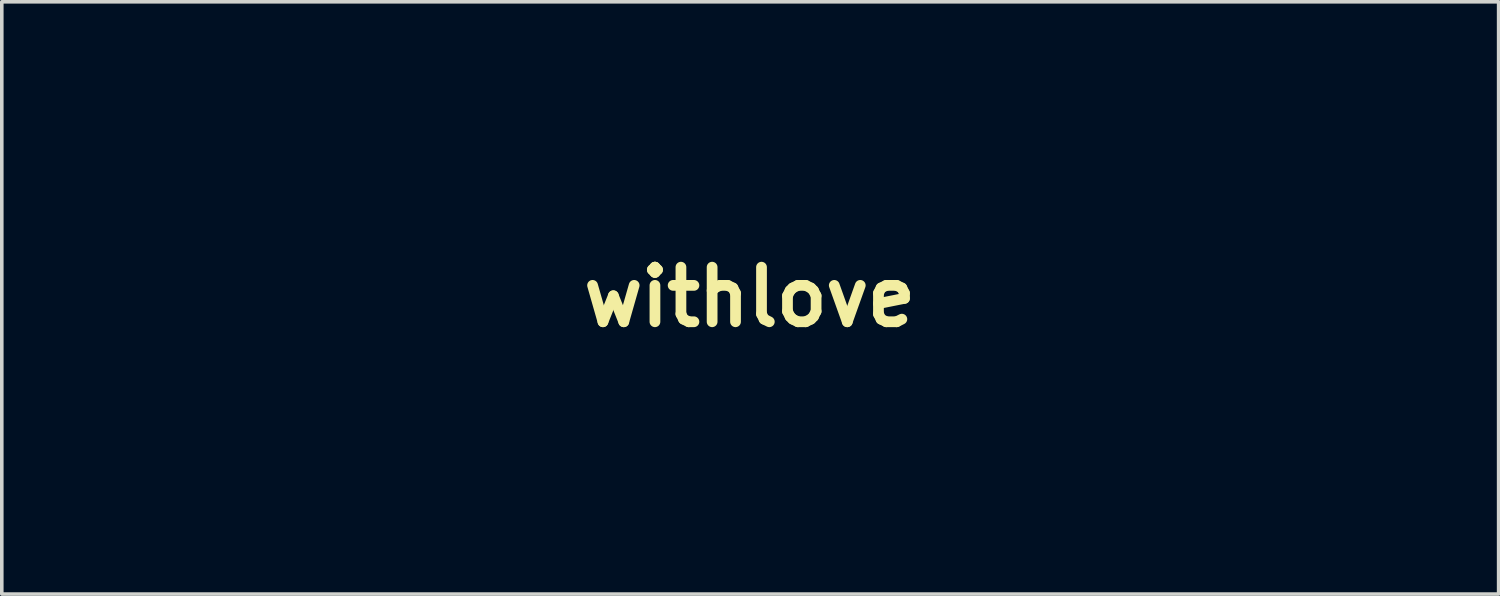
<source format=kicad_pcb>
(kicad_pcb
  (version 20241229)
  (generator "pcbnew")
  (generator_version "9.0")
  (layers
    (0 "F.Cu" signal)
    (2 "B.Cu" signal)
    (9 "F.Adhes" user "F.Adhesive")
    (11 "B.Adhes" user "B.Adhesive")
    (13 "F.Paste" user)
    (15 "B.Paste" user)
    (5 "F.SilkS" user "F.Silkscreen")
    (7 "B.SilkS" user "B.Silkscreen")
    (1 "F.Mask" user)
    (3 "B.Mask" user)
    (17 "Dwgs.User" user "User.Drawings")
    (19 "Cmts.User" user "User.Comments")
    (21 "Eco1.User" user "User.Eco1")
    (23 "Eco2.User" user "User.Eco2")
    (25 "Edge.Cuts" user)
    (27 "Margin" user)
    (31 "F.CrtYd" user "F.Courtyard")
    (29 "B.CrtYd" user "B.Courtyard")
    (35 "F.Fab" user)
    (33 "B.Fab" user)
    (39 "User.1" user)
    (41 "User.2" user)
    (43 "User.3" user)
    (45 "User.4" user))
  (footprint "withlove"
    (layer "F.Cu")
    (at 17.887 5.245)
    (property "Reference" "withlove" (at 0 0 0) (layer "F.SilkS") (effects (font (size 1.524 1.524) (thickness 0.3))))
    (attr through_hole)
    (fp_poly (pts (xy 11.962 -0.789) (xy 11.936 -0.764) (xy 11.911 -0.789) (xy 11.936 -0.814) (xy 11.962 -0.789)) (stroke (width 0.01) (type solid)) (fill yes) (layer "F.Mask"))
    (fp_poly (pts (xy 12.064 -0.84) (xy 12.038 -0.814) (xy 12.013 -0.84) (xy 12.038 -0.865) (xy 12.064 -0.84)) (stroke (width 0.01) (type solid)) (fill yes) (layer "F.Mask"))
    (fp_poly (pts (xy 15.271 -0.229) (xy 15.245 -0.204) (xy 15.22 -0.229) (xy 15.245 -0.255) (xy 15.271 -0.229)) (stroke (width 0.01) (type solid)) (fill yes) (layer "F.Mask"))
    (fp_poly (pts (xy 15.372 -0.331) (xy 15.347 -0.305) (xy 15.321 -0.331) (xy 15.347 -0.356) (xy 15.372 -0.331)) (stroke (width 0.01) (type solid)) (fill yes) (layer "F.Mask"))
    (fp_poly (pts (xy 15.83 0.229) (xy 15.805 0.255) (xy 15.78 0.229) (xy 15.805 0.204) (xy 15.83 0.229)) (stroke (width 0.01) (type solid)) (fill yes) (layer "F.Mask"))
    (fp_poly (pts (xy 17.51 0.891) (xy 17.485 0.916) (xy 17.459 0.891) (xy 17.485 0.865) (xy 17.51 0.891)) (stroke (width 0.01) (type solid)) (fill yes) (layer "F.Mask"))
    (fp_poly (pts (xy 13.421 0.119) (xy 13.414 0.149) (xy 13.387 0.153) (xy 13.345 0.134) (xy 13.353 0.119) (xy 13.414 0.113) (xy 13.421 0.119)) (stroke (width 0.01) (type solid)) (fill yes) (layer "F.Mask"))
    (fp_poly (pts (xy 16.832 1.34) (xy 16.825 1.371) (xy 16.798 1.374) (xy 16.756 1.356) (xy 16.764 1.34) (xy 16.824 1.334) (xy 16.832 1.34)) (stroke (width 0.01) (type solid)) (fill yes) (layer "F.Mask"))
    (fp_poly (pts (xy 16.984 1.29) (xy 16.977 1.32) (xy 16.95 1.323) (xy 16.908 1.305) (xy 16.916 1.29) (xy 16.977 1.283) (xy 16.984 1.29)) (stroke (width 0.01) (type solid)) (fill yes) (layer "F.Mask"))
    (fp_poly (pts (xy 13.176 0.071) (xy 13.23 0.123) (xy 13.219 0.152) (xy 13.212 0.153) (xy 13.169 0.117) (xy 13.153 0.094) (xy 13.147 0.059) (xy 13.176 0.071)) (stroke (width 0.01) (type solid)) (fill yes) (layer "F.Mask"))
    (fp_poly (pts (xy 12.661 0.184) (xy 12.624 0.255) (xy 12.584 0.302) (xy 12.574 0.256) (xy 12.574 0.245) (xy 12.599 0.153) (xy 12.624 0.127) (xy 12.669 0.123) (xy 12.661 0.184)) (stroke (width 0.01) (type solid)) (fill yes) (layer "F.Mask"))
    (fp_poly (pts (xy 16.311 3.619) (xy 16.255 3.654) (xy 16.179 3.666) (xy 16.136 3.648) (xy 16.136 3.645) (xy 16.178 3.619) (xy 16.238 3.599) (xy 16.307 3.596) (xy 16.311 3.619)) (stroke (width 0.01) (type solid)) (fill yes) (layer "F.Mask"))
    (fp_poly (pts (xy 14.45 -1.392) (xy 14.453 -1.339) (xy 14.435 -1.237) (xy 14.405 -1.196) (xy 14.36 -1.193) (xy 14.358 -1.206) (xy 14.379 -1.282) (xy 14.405 -1.349) (xy 14.439 -1.419) (xy 14.45 -1.392)) (stroke (width 0.01) (type solid)) (fill yes) (layer "F.Mask"))
    (fp_poly (pts (xy 16.696 3.276) (xy 16.659 3.319) (xy 16.567 3.393) (xy 16.543 3.41) (xy 16.445 3.474) (xy 16.393 3.497) (xy 16.39 3.494) (xy 16.428 3.451) (xy 16.52 3.377) (xy 16.543 3.36) (xy 16.641 3.296) (xy 16.693 3.273) (xy 16.696 3.276)) (stroke (width 0.01) (type solid)) (fill yes) (layer "F.Mask"))
    (fp_poly (pts (xy -13.553 -4.847) (xy -13.5 -4.756) (xy -13.456 -4.653) (xy -13.439 -4.579) (xy -13.444 -4.567) (xy -13.492 -4.529) (xy -13.583 -4.451) (xy -13.6 -4.436) (xy -13.736 -4.316) (xy -13.822 -4.484) (xy -13.875 -4.598) (xy -13.872 -4.668) (xy -13.806 -4.74) (xy -13.772 -4.769) (xy -13.67 -4.848) (xy -13.599 -4.886) (xy -13.594 -4.887) (xy -13.553 -4.847)) (stroke (width 0.01) (type solid)) (fill yes) (layer "F.Mask"))
    (fp_poly (pts (xy 15.867 -3.433) (xy 15.867 -3.367) (xy 15.827 -3.332) (xy 15.753 -3.235) (xy 15.687 -3.047) (xy 15.632 -2.775) (xy 15.625 -2.73) (xy 15.557 -2.464) (xy 15.445 -2.286) (xy 15.288 -2.198) (xy 15.204 -2.189) (xy 15.111 -2.194) (xy 15.072 -2.229) (xy 15.072 -2.322) (xy 15.083 -2.408) (xy 15.131 -2.611) (xy 15.216 -2.845) (xy 15.324 -3.078) (xy 15.438 -3.276) (xy 15.54 -3.402) (xy 15.672 -3.488) (xy 15.775 -3.488) (xy 15.867 -3.433)) (stroke (width 0.01) (type solid)) (fill yes) (layer "F.Mask"))
    (fp_poly (pts (xy 12.656 -2.581) (xy 12.689 -2.486) (xy 12.688 -2.317) (xy 12.657 -2.095) (xy 12.601 -1.841) (xy 12.524 -1.575) (xy 12.429 -1.318) (xy 12.382 -1.21) (xy 12.305 -1.08) (xy 12.22 -1.026) (xy 12.156 -1.019) (xy 12.044 -1.034) (xy 11.989 -1.066) (xy 11.982 -1.151) (xy 12.007 -1.315) (xy 12.061 -1.538) (xy 12.141 -1.803) (xy 12.192 -1.957) (xy 12.273 -2.149) (xy 12.372 -2.326) (xy 12.475 -2.471) (xy 12.569 -2.565) (xy 12.641 -2.59) (xy 12.656 -2.581)) (stroke (width 0.01) (type solid)) (fill yes) (layer "F.Mask"))
    (fp_poly (pts (xy 17.008 -3.132) (xy 17.028 -3.118) (xy 17.137 -2.978) (xy 17.186 -2.773) (xy 17.177 -2.517) (xy 17.109 -2.226) (xy 16.984 -1.917) (xy 16.942 -1.835) (xy 16.858 -1.676) (xy 16.806 -1.588) (xy 16.771 -1.552) (xy 16.737 -1.552) (xy 16.696 -1.565) (xy 16.578 -1.63) (xy 16.515 -1.738) (xy 16.506 -1.901) (xy 16.55 -2.13) (xy 16.647 -2.435) (xy 16.65 -2.443) (xy 16.726 -2.66) (xy 16.795 -2.859) (xy 16.844 -3.009) (xy 16.855 -3.042) (xy 16.892 -3.151) (xy 16.933 -3.176) (xy 17.008 -3.132)) (stroke (width 0.01) (type solid)) (fill yes) (layer "F.Mask"))
    (fp_poly (pts (xy 17.722 -2.34) (xy 17.834 -2.165) (xy 17.893 -1.958) (xy 17.903 -1.696) (xy 17.89 -1.514) (xy 17.862 -1.329) (xy 17.816 -1.123) (xy 17.76 -0.92) (xy 17.7 -0.742) (xy 17.645 -0.614) (xy 17.601 -0.56) (xy 17.597 -0.56) (xy 17.537 -0.593) (xy 17.444 -0.673) (xy 17.432 -0.685) (xy 17.344 -0.806) (xy 17.309 -0.96) (xy 17.307 -1.039) (xy 17.317 -1.208) (xy 17.342 -1.353) (xy 17.352 -1.385) (xy 17.42 -1.582) (xy 17.486 -1.814) (xy 17.54 -2.044) (xy 17.575 -2.237) (xy 17.583 -2.323) (xy 17.587 -2.502) (xy 17.722 -2.34)) (stroke (width 0.01) (type solid)) (fill yes) (layer "F.Mask"))
    (fp_poly (pts (xy -13.703 -3.896) (xy -13.703 -3.838) (xy -13.724 -3.7) (xy -13.762 -3.5) (xy -13.815 -3.258) (xy -13.835 -3.167) (xy -13.915 -2.812) (xy -13.967 -2.546) (xy -13.992 -2.36) (xy -13.991 -2.245) (xy -13.965 -2.194) (xy -13.945 -2.189) (xy -13.874 -2.21) (xy -13.745 -2.266) (xy -13.64 -2.317) (xy -13.503 -2.378) (xy -13.412 -2.402) (xy -13.387 -2.392) (xy -13.429 -2.336) (xy -13.537 -2.248) (xy -13.69 -2.142) (xy -13.864 -2.033) (xy -14.035 -1.936) (xy -14.181 -1.864) (xy -14.278 -1.833) (xy -14.284 -1.832) (xy -14.365 -1.846) (xy -14.399 -1.907) (xy -14.405 -2.02) (xy -14.392 -2.142) (xy -14.357 -2.336) (xy -14.305 -2.573) (xy -14.245 -2.811) (xy -14.173 -3.101) (xy -14.134 -3.303) (xy -14.13 -3.429) (xy -14.163 -3.487) (xy -14.235 -3.487) (xy -14.346 -3.44) (xy -14.348 -3.439) (xy -14.458 -3.391) (xy -14.503 -3.401) (xy -14.507 -3.422) (xy -14.466 -3.483) (xy -14.36 -3.57) (xy -14.213 -3.669) (xy -14.05 -3.766) (xy -13.895 -3.845) (xy -13.771 -3.894) (xy -13.705 -3.897) (xy -13.703 -3.896)) (stroke (width 0.01) (type solid)) (fill yes) (layer "F.Mask"))
    (fp_poly (pts (xy 4.268 -3.835) (xy 4.372 -3.716) (xy 4.419 -3.529) (xy 4.416 -3.29) (xy 4.349 -2.915) (xy 4.214 -2.58) (xy 4.023 -2.304) (xy 3.867 -2.162) (xy 3.571 -1.976) (xy 3.297 -1.864) (xy 3.056 -1.83) (xy 2.859 -1.876) (xy 2.842 -1.885) (xy 2.736 -2.002) (xy 2.681 -2.185) (xy 2.673 -2.415) (xy 2.687 -2.509) (xy 3.054 -2.509) (xy 3.096 -2.292) (xy 3.179 -2.161) (xy 3.293 -2.066) (xy 3.396 -2.044) (xy 3.525 -2.093) (xy 3.596 -2.134) (xy 3.739 -2.269) (xy 3.869 -2.476) (xy 3.975 -2.725) (xy 4.045 -2.986) (xy 4.07 -3.23) (xy 4.053 -3.378) (xy 3.975 -3.549) (xy 3.856 -3.639) (xy 3.711 -3.652) (xy 3.553 -3.593) (xy 3.396 -3.467) (xy 3.255 -3.279) (xy 3.158 -3.075) (xy 3.074 -2.776) (xy 3.054 -2.509) (xy 2.687 -2.509) (xy 2.71 -2.671) (xy 2.787 -2.933) (xy 2.902 -3.181) (xy 3.052 -3.395) (xy 3.09 -3.436) (xy 3.279 -3.596) (xy 3.505 -3.734) (xy 3.74 -3.839) (xy 3.954 -3.895) (xy 4.099 -3.897) (xy 4.268 -3.835)) (stroke (width 0.01) (type solid)) (fill yes) (layer "F.Mask"))
    (fp_poly (pts (xy -5.706 -3.862) (xy -5.615 -3.796) (xy -5.533 -3.714) (xy -5.491 -3.627) (xy -5.478 -3.497) (xy -5.479 -3.376) (xy -5.518 -3.07) (xy -5.612 -2.757) (xy -5.746 -2.476) (xy -5.862 -2.314) (xy -6.025 -2.17) (xy -6.241 -2.033) (xy -6.477 -1.92) (xy -6.698 -1.849) (xy -6.825 -1.832) (xy -6.984 -1.855) (xy -7.1 -1.939) (xy -7.128 -1.972) (xy -7.187 -2.062) (xy -7.217 -2.161) (xy -7.224 -2.301) (xy -7.216 -2.469) (xy -7.201 -2.554) (xy -6.846 -2.554) (xy -6.841 -2.369) (xy -6.819 -2.253) (xy -6.772 -2.176) (xy -6.722 -2.13) (xy -6.563 -2.06) (xy -6.39 -2.085) (xy -6.243 -2.18) (xy -6.107 -2.348) (xy -5.995 -2.573) (xy -5.913 -2.828) (xy -5.866 -3.086) (xy -5.861 -3.319) (xy -5.905 -3.502) (xy -5.924 -3.536) (xy -6.042 -3.648) (xy -6.179 -3.674) (xy -6.326 -3.624) (xy -6.472 -3.51) (xy -6.607 -3.343) (xy -6.721 -3.133) (xy -6.803 -2.892) (xy -6.843 -2.631) (xy -6.846 -2.554) (xy -7.201 -2.554) (xy -7.146 -2.867) (xy -6.99 -3.211) (xy -6.748 -3.499) (xy -6.421 -3.732) (xy -6.29 -3.798) (xy -6.051 -3.89) (xy -5.863 -3.911) (xy -5.706 -3.862)) (stroke (width 0.01) (type solid)) (fill yes) (layer "F.Mask"))
    (fp_poly (pts (xy -11.801 0.572) (xy -11.518 0.643) (xy -11.294 0.794) (xy -11.133 1.02) (xy -11.036 1.317) (xy -11.005 1.68) (xy -11.035 2.048) (xy -11.149 2.525) (xy -11.345 2.942) (xy -11.623 3.298) (xy -11.984 3.597) (xy -12.115 3.679) (xy -12.44 3.829) (xy -12.793 3.924) (xy -13.144 3.96) (xy -13.46 3.93) (xy -13.522 3.915) (xy -13.694 3.822) (xy -13.859 3.661) (xy -13.99 3.463) (xy -14.046 3.323) (xy -14.092 3.023) (xy -14.086 2.672) (xy -14.074 2.588) (xy -13.635 2.588) (xy -13.611 2.942) (xy -13.526 3.239) (xy -13.386 3.474) (xy -13.197 3.64) (xy -12.965 3.728) (xy -12.696 3.734) (xy -12.398 3.649) (xy -12.313 3.61) (xy -12.047 3.421) (xy -11.824 3.151) (xy -11.652 2.812) (xy -11.536 2.417) (xy -11.483 1.979) (xy -11.48 1.858) (xy -11.505 1.497) (xy -11.585 1.217) (xy -11.723 1.009) (xy -11.924 0.866) (xy -11.951 0.854) (xy -12.226 0.783) (xy -12.503 0.805) (xy -12.771 0.912) (xy -13.02 1.094) (xy -13.24 1.345) (xy -13.421 1.656) (xy -13.552 2.018) (xy -13.59 2.187) (xy -13.635 2.588) (xy -14.074 2.588) (xy -14.034 2.304) (xy -13.938 1.954) (xy -13.84 1.72) (xy -13.624 1.398) (xy -13.334 1.112) (xy -12.99 0.874) (xy -12.614 0.697) (xy -12.226 0.591) (xy -11.846 0.569) (xy -11.801 0.572)) (stroke (width 0.01) (type solid)) (fill yes) (layer "F.Mask"))
    (fp_poly (pts (xy -6.791 -5.215) (xy -6.77 -5.174) (xy -6.81 -5.077) (xy -6.904 -4.995) (xy -7.009 -4.961) (xy -7.043 -4.967) (xy -7.157 -4.981) (xy -7.248 -4.969) (xy -7.31 -4.941) (xy -7.366 -4.885) (xy -7.422 -4.787) (xy -7.482 -4.639) (xy -7.548 -4.428) (xy -7.627 -4.143) (xy -7.721 -3.775) (xy -7.76 -3.619) (xy -7.861 -3.205) (xy -7.936 -2.879) (xy -7.989 -2.631) (xy -8.019 -2.451) (xy -8.029 -2.329) (xy -8.021 -2.254) (xy -7.996 -2.217) (xy -7.995 -2.216) (xy -7.924 -2.221) (xy -7.796 -2.269) (xy -7.654 -2.341) (xy -7.504 -2.419) (xy -7.391 -2.466) (xy -7.342 -2.472) (xy -7.327 -2.458) (xy -7.326 -2.442) (xy -7.353 -2.413) (xy -7.421 -2.36) (xy -7.544 -2.271) (xy -7.734 -2.136) (xy -7.757 -2.119) (xy -7.986 -1.964) (xy -8.152 -1.872) (xy -8.267 -1.842) (xy -8.344 -1.871) (xy -8.397 -1.954) (xy -8.4 -1.963) (xy -8.413 -2.034) (xy -8.409 -2.147) (xy -8.385 -2.314) (xy -8.341 -2.547) (xy -8.274 -2.859) (xy -8.226 -3.07) (xy -8.126 -3.503) (xy -8.044 -3.848) (xy -7.976 -4.119) (xy -7.917 -4.327) (xy -7.863 -4.485) (xy -7.809 -4.605) (xy -7.752 -4.7) (xy -7.688 -4.782) (xy -7.611 -4.863) (xy -7.602 -4.872) (xy -7.45 -5.007) (xy -7.294 -5.12) (xy -7.202 -5.17) (xy -7.029 -5.225) (xy -6.883 -5.24) (xy -6.791 -5.215)) (stroke (width 0.01) (type solid)) (fill yes) (layer "F.Mask"))
    (fp_poly (pts (xy -1.869 -3.892) (xy -1.743 -3.804) (xy -1.682 -3.657) (xy -1.68 -3.619) (xy -1.714 -3.452) (xy -1.821 -3.279) (xy -2.009 -3.092) (xy -2.286 -2.88) (xy -2.479 -2.74) (xy -2.601 -2.638) (xy -2.668 -2.559) (xy -2.695 -2.486) (xy -2.698 -2.44) (xy -2.662 -2.295) (xy -2.573 -2.168) (xy -2.46 -2.094) (xy -2.415 -2.087) (xy -2.288 -2.119) (xy -2.111 -2.206) (xy -1.912 -2.334) (xy -1.82 -2.404) (xy -1.697 -2.486) (xy -1.634 -2.501) (xy -1.631 -2.46) (xy -1.685 -2.375) (xy -1.797 -2.258) (xy -1.841 -2.218) (xy -2.108 -2.023) (xy -2.366 -1.894) (xy -2.602 -1.836) (xy -2.802 -1.853) (xy -2.95 -1.944) (xy -3.021 -2.085) (xy -3.05 -2.294) (xy -3.04 -2.545) (xy -2.994 -2.815) (xy -2.977 -2.874) (xy -2.671 -2.874) (xy -2.671 -2.805) (xy -2.663 -2.8) (xy -2.611 -2.827) (xy -2.504 -2.897) (xy -2.408 -2.965) (xy -2.219 -3.13) (xy -2.093 -3.302) (xy -2.037 -3.464) (xy -2.057 -3.6) (xy -2.106 -3.66) (xy -2.213 -3.695) (xy -2.329 -3.63) (xy -2.455 -3.464) (xy -2.467 -3.443) (xy -2.532 -3.311) (xy -2.593 -3.154) (xy -2.642 -2.999) (xy -2.671 -2.874) (xy -2.977 -2.874) (xy -2.917 -3.079) (xy -2.81 -3.314) (xy -2.752 -3.406) (xy -2.609 -3.561) (xy -2.418 -3.713) (xy -2.215 -3.835) (xy -2.037 -3.901) (xy -1.869 -3.892)) (stroke (width 0.01) (type solid)) (fill yes) (layer "F.Mask"))
    (fp_poly (pts (xy 7.688 1.638) (xy 7.696 1.759) (xy 7.694 1.775) (xy 7.689 1.87) (xy 7.707 1.91) (xy 7.764 1.893) (xy 7.877 1.817) (xy 7.98 1.74) (xy 8.176 1.639) (xy 8.336 1.609) (xy 8.46 1.612) (xy 8.51 1.644) (xy 8.513 1.727) (xy 8.511 1.746) (xy 8.48 1.908) (xy 8.446 2.02) (xy 8.404 2.109) (xy 8.358 2.112) (xy 8.304 2.068) (xy 8.154 1.994) (xy 7.961 2.009) (xy 7.811 2.066) (xy 7.748 2.098) (xy 7.698 2.135) (xy 7.654 2.19) (xy 7.612 2.278) (xy 7.566 2.411) (xy 7.51 2.602) (xy 7.44 2.865) (xy 7.351 3.213) (xy 7.347 3.227) (xy 7.283 3.469) (xy 7.234 3.632) (xy 7.189 3.734) (xy 7.14 3.795) (xy 7.076 3.835) (xy 7.04 3.851) (xy 6.878 3.908) (xy 6.795 3.91) (xy 6.784 3.856) (xy 6.79 3.838) (xy 6.822 3.739) (xy 6.87 3.568) (xy 6.93 3.347) (xy 6.995 3.096) (xy 7.062 2.836) (xy 7.123 2.588) (xy 7.175 2.372) (xy 7.212 2.21) (xy 7.228 2.121) (xy 7.228 2.116) (xy 7.21 2.054) (xy 7.139 2.041) (xy 7.063 2.051) (xy 6.915 2.082) (xy 6.801 2.116) (xy 6.73 2.128) (xy 6.728 2.082) (xy 6.782 2.026) (xy 6.904 1.942) (xy 7.068 1.844) (xy 7.249 1.747) (xy 7.421 1.663) (xy 7.559 1.608) (xy 7.635 1.593) (xy 7.688 1.638)) (stroke (width 0.01) (type solid)) (fill yes) (layer "F.Mask"))
    (fp_poly (pts (xy -8.984 0.072) (xy -8.852 0.105) (xy -8.96 0.243) (xy -9.051 0.333) (xy -9.163 0.373) (xy -9.303 0.381) (xy -9.455 0.39) (xy -9.546 0.429) (xy -9.616 0.517) (xy -9.631 0.542) (xy -9.674 0.643) (xy -9.734 0.827) (xy -9.807 1.074) (xy -9.888 1.368) (xy -9.974 1.691) (xy -10.059 2.026) (xy -10.139 2.354) (xy -10.21 2.658) (xy -10.266 2.921) (xy -10.304 3.125) (xy -10.316 3.213) (xy -10.331 3.38) (xy -10.326 3.469) (xy -10.297 3.506) (xy -10.241 3.512) (xy -10.14 3.487) (xy -9.991 3.422) (xy -9.875 3.36) (xy -9.715 3.267) (xy -9.624 3.221) (xy -9.581 3.215) (xy -9.57 3.243) (xy -9.57 3.255) (xy -9.609 3.305) (xy -9.716 3.394) (xy -9.868 3.508) (xy -10.045 3.634) (xy -10.228 3.757) (xy -10.395 3.864) (xy -10.527 3.939) (xy -10.603 3.97) (xy -10.606 3.97) (xy -10.692 3.93) (xy -10.738 3.872) (xy -10.767 3.805) (xy -10.782 3.725) (xy -10.782 3.619) (xy -10.765 3.472) (xy -10.728 3.272) (xy -10.671 3.005) (xy -10.591 2.656) (xy -10.564 2.541) (xy -10.454 2.076) (xy -10.364 1.699) (xy -10.29 1.399) (xy -10.227 1.164) (xy -10.171 0.983) (xy -10.119 0.845) (xy -10.066 0.739) (xy -10.01 0.654) (xy -9.945 0.578) (xy -9.869 0.5) (xy -9.844 0.476) (xy -9.612 0.282) (xy -9.377 0.144) (xy -9.158 0.071) (xy -8.984 0.072)) (stroke (width 0.01) (type solid)) (fill yes) (layer "F.Mask"))
    (fp_poly (pts (xy -3.224 -3.995) (xy -3.187 -3.941) (xy -3.158 -3.741) (xy -3.195 -3.49) (xy -3.289 -3.206) (xy -3.433 -2.907) (xy -3.618 -2.612) (xy -3.836 -2.34) (xy -3.925 -2.248) (xy -4.167 -2.042) (xy -4.4 -1.904) (xy -4.611 -1.839) (xy -4.788 -1.85) (xy -4.904 -1.926) (xy -4.974 -2.073) (xy -4.981 -2.278) (xy -4.932 -2.52) (xy -4.832 -2.779) (xy -4.685 -3.036) (xy -4.576 -3.181) (xy -4.365 -3.436) (xy -4.506 -3.453) (xy -4.662 -3.455) (xy -4.815 -3.438) (xy -4.927 -3.402) (xy -5.001 -3.325) (xy -5.068 -3.181) (xy -5.126 -3.055) (xy -5.179 -2.986) (xy -5.199 -2.982) (xy -5.222 -3.054) (xy -5.195 -3.203) (xy -5.121 -3.417) (xy -5.087 -3.499) (xy -4.994 -3.716) (xy -4.569 -3.716) (xy -4.361 -3.722) (xy -4.196 -3.739) (xy -4.099 -3.764) (xy -4.088 -3.771) (xy -4.026 -3.797) (xy -4.006 -3.784) (xy -4.022 -3.725) (xy -4.087 -3.611) (xy -4.189 -3.464) (xy -4.2 -3.449) (xy -4.377 -3.181) (xy -4.51 -2.91) (xy -4.595 -2.652) (xy -4.628 -2.426) (xy -4.602 -2.248) (xy -4.55 -2.165) (xy -4.443 -2.11) (xy -4.308 -2.141) (xy -4.139 -2.259) (xy -4.065 -2.327) (xy -3.864 -2.565) (xy -3.703 -2.848) (xy -3.59 -3.148) (xy -3.534 -3.441) (xy -3.546 -3.699) (xy -3.555 -3.735) (xy -3.579 -3.856) (xy -3.555 -3.92) (xy -3.479 -3.965) (xy -3.321 -4.016) (xy -3.224 -3.995)) (stroke (width 0.01) (type solid)) (fill yes) (layer "F.Mask"))
    (fp_poly (pts (xy -12.281 -4.307) (xy -12.279 -4.247) (xy -12.299 -4.118) (xy -12.337 -3.949) (xy -12.379 -3.778) (xy -12.409 -3.649) (xy -12.42 -3.591) (xy -12.374 -3.576) (xy -12.255 -3.566) (xy -12.134 -3.563) (xy -11.974 -3.56) (xy -11.899 -3.546) (xy -11.891 -3.515) (xy -11.911 -3.487) (xy -12.014 -3.432) (xy -12.197 -3.411) (xy -12.22 -3.41) (xy -12.369 -3.406) (xy -12.449 -3.379) (xy -12.493 -3.308) (xy -12.52 -3.22) (xy -12.558 -3.067) (xy -12.602 -2.862) (xy -12.635 -2.685) (xy -12.665 -2.496) (xy -12.671 -2.38) (xy -12.652 -2.307) (xy -12.613 -2.258) (xy -12.561 -2.218) (xy -12.499 -2.213) (xy -12.402 -2.249) (xy -12.246 -2.33) (xy -12.095 -2.404) (xy -11.994 -2.436) (xy -11.962 -2.425) (xy -12.002 -2.37) (xy -12.108 -2.28) (xy -12.257 -2.169) (xy -12.426 -2.054) (xy -12.592 -1.949) (xy -12.733 -1.871) (xy -12.826 -1.834) (xy -12.837 -1.832) (xy -12.929 -1.871) (xy -13.003 -1.946) (xy -13.046 -2.014) (xy -13.07 -2.085) (xy -13.074 -2.176) (xy -13.056 -2.309) (xy -13.017 -2.501) (xy -12.955 -2.769) (xy -12.903 -2.993) (xy -12.861 -3.182) (xy -12.834 -3.312) (xy -12.827 -3.359) (xy -12.873 -3.391) (xy -12.986 -3.409) (xy -13.042 -3.41) (xy -13.172 -3.413) (xy -13.214 -3.428) (xy -13.182 -3.463) (xy -13.154 -3.482) (xy -13.025 -3.542) (xy -12.902 -3.571) (xy -12.776 -3.615) (xy -12.735 -3.69) (xy -12.683 -3.936) (xy -12.62 -4.101) (xy -12.535 -4.207) (xy -12.464 -4.254) (xy -12.353 -4.301) (xy -12.285 -4.309) (xy -12.281 -4.307)) (stroke (width 0.01) (type solid)) (fill yes) (layer "F.Mask"))
    (fp_poly (pts (xy 6.267 1.612) (xy 6.372 1.713) (xy 6.413 1.883) (xy 6.414 1.903) (xy 6.39 2.067) (xy 6.313 2.228) (xy 6.173 2.396) (xy 5.961 2.582) (xy 5.668 2.795) (xy 5.587 2.851) (xy 5.415 2.97) (xy 5.312 3.058) (xy 5.262 3.134) (xy 5.245 3.219) (xy 5.244 3.247) (xy 5.275 3.386) (xy 5.354 3.525) (xy 5.456 3.629) (xy 5.548 3.665) (xy 5.67 3.636) (xy 5.844 3.559) (xy 6.042 3.447) (xy 6.216 3.33) (xy 6.363 3.23) (xy 6.444 3.199) (xy 6.465 3.224) (xy 6.424 3.307) (xy 6.317 3.425) (xy 6.163 3.559) (xy 5.984 3.693) (xy 5.8 3.808) (xy 5.737 3.841) (xy 5.478 3.944) (xy 5.267 3.966) (xy 5.09 3.906) (xy 4.984 3.822) (xy 4.894 3.715) (xy 4.849 3.603) (xy 4.836 3.444) (xy 4.836 3.4) (xy 4.868 3.03) (xy 4.936 2.752) (xy 5.294 2.752) (xy 5.307 2.822) (xy 5.364 2.815) (xy 5.4 2.797) (xy 5.491 2.733) (xy 5.623 2.622) (xy 5.76 2.496) (xy 5.895 2.359) (xy 5.97 2.26) (xy 5.998 2.169) (xy 5.997 2.058) (xy 5.997 2.055) (xy 5.976 1.924) (xy 5.929 1.863) (xy 5.847 1.842) (xy 5.714 1.864) (xy 5.607 1.961) (xy 5.524 2.095) (xy 5.437 2.28) (xy 5.36 2.479) (xy 5.308 2.655) (xy 5.294 2.752) (xy 4.936 2.752) (xy 4.957 2.667) (xy 5.094 2.336) (xy 5.27 2.062) (xy 5.421 1.908) (xy 5.676 1.73) (xy 5.909 1.621) (xy 6.11 1.582) (xy 6.267 1.612)) (stroke (width 0.01) (type solid)) (fill yes) (layer "F.Mask"))
    (fp_poly (pts (xy -0.688 1.59) (xy -0.5 1.602) (xy -0.341 1.617) (xy -0.241 1.635) (xy -0.224 1.643) (xy -0.23 1.697) (xy -0.269 1.813) (xy -0.3 1.888) (xy -0.357 2.042) (xy -0.417 2.249) (xy -0.478 2.489) (xy -0.536 2.741) (xy -0.584 2.984) (xy -0.62 3.198) (xy -0.639 3.361) (xy -0.636 3.452) (xy -0.631 3.462) (xy -0.553 3.468) (xy -0.407 3.401) (xy -0.339 3.36) (xy -0.163 3.255) (xy -0.06 3.213) (xy -0.022 3.231) (xy -0.033 3.284) (xy -0.087 3.344) (xy -0.207 3.442) (xy -0.369 3.561) (xy -0.553 3.688) (xy -0.736 3.807) (xy -0.896 3.902) (xy -1.01 3.96) (xy -1.047 3.97) (xy -1.109 3.943) (xy -1.131 3.846) (xy -1.132 3.818) (xy -1.126 3.756) (xy -1.108 3.631) (xy -1.099 3.57) (xy -1.066 3.348) (xy -1.386 3.576) (xy -1.661 3.764) (xy -1.871 3.889) (xy -2.026 3.952) (xy -2.136 3.958) (xy -2.212 3.911) (xy -2.238 3.872) (xy -2.275 3.735) (xy -2.289 3.53) (xy -2.279 3.287) (xy -2.26 3.142) (xy -1.873 3.142) (xy -1.872 3.335) (xy -1.864 3.379) (xy -1.806 3.481) (xy -1.7 3.508) (xy -1.539 3.458) (xy -1.318 3.332) (xy -1.309 3.326) (xy -1.027 3.14) (xy -0.893 2.601) (xy -0.836 2.372) (xy -0.786 2.174) (xy -0.749 2.032) (xy -0.734 1.976) (xy -0.737 1.924) (xy -0.797 1.89) (xy -0.934 1.863) (xy -0.984 1.857) (xy -1.213 1.846) (xy -1.366 1.879) (xy -1.372 1.882) (xy -1.475 1.982) (xy -1.581 2.158) (xy -1.682 2.387) (xy -1.77 2.643) (xy -1.836 2.903) (xy -1.873 3.142) (xy -2.26 3.142) (xy -2.247 3.035) (xy -2.213 2.874) (xy -2.106 2.525) (xy -1.98 2.255) (xy -1.821 2.044) (xy -1.616 1.867) (xy -1.568 1.834) (xy -1.397 1.727) (xy -1.241 1.641) (xy -1.135 1.596) (xy -1.133 1.596) (xy -1.034 1.586) (xy -0.876 1.585) (xy -0.688 1.59)) (stroke (width 0.01) (type solid)) (fill yes) (layer "F.Mask"))
    (fp_poly (pts (xy -9.95 -5.224) (xy -9.901 -5.192) (xy -9.912 -5.136) (xy -9.955 -5.066) (xy -10.027 -4.984) (xy -10.125 -4.946) (xy -10.28 -4.937) (xy -10.465 -4.921) (xy -10.584 -4.864) (xy -10.613 -4.836) (xy -10.654 -4.757) (xy -10.713 -4.604) (xy -10.783 -4.399) (xy -10.856 -4.165) (xy -10.926 -3.927) (xy -10.985 -3.708) (xy -11.027 -3.53) (xy -11.043 -3.42) (xy -11.008 -3.4) (xy -10.898 -3.446) (xy -10.829 -3.486) (xy -10.644 -3.595) (xy -10.445 -3.704) (xy -10.255 -3.802) (xy -10.098 -3.877) (xy -9.997 -3.916) (xy -9.978 -3.919) (xy -9.942 -3.899) (xy -9.93 -3.829) (xy -9.945 -3.698) (xy -9.989 -3.496) (xy -10.062 -3.209) (xy -10.072 -3.169) (xy -10.162 -2.828) (xy -10.221 -2.575) (xy -10.248 -2.401) (xy -10.24 -2.297) (xy -10.197 -2.253) (xy -10.117 -2.262) (xy -9.997 -2.313) (xy -9.918 -2.354) (xy -9.773 -2.425) (xy -9.668 -2.466) (xy -9.631 -2.471) (xy -9.647 -2.423) (xy -9.731 -2.34) (xy -9.864 -2.235) (xy -10.026 -2.122) (xy -10.195 -2.015) (xy -10.353 -1.929) (xy -10.477 -1.875) (xy -10.523 -1.865) (xy -10.585 -1.882) (xy -10.618 -1.95) (xy -10.621 -2.079) (xy -10.594 -2.281) (xy -10.537 -2.563) (xy -10.488 -2.772) (xy -10.43 -3.017) (xy -10.382 -3.227) (xy -10.349 -3.382) (xy -10.333 -3.462) (xy -10.333 -3.467) (xy -10.371 -3.509) (xy -10.48 -3.49) (xy -10.649 -3.413) (xy -10.812 -3.318) (xy -11.112 -3.13) (xy -11.27 -2.553) (xy -11.339 -2.305) (xy -11.392 -2.137) (xy -11.438 -2.03) (xy -11.488 -1.966) (xy -11.549 -1.926) (xy -11.593 -1.906) (xy -11.702 -1.865) (xy -11.757 -1.852) (xy -11.758 -1.854) (xy -11.746 -1.936) (xy -11.711 -2.1) (xy -11.658 -2.329) (xy -11.591 -2.605) (xy -11.515 -2.914) (xy -11.433 -3.238) (xy -11.349 -3.561) (xy -11.269 -3.867) (xy -11.196 -4.139) (xy -11.134 -4.361) (xy -11.087 -4.516) (xy -11.061 -4.587) (xy -10.93 -4.755) (xy -10.748 -4.916) (xy -10.537 -5.058) (xy -10.322 -5.166) (xy -10.125 -5.228) (xy -9.97 -5.23) (xy -9.95 -5.224)) (stroke (width 0.01) (type solid)) (fill yes) (layer "F.Mask"))
    (fp_poly (pts (xy -14.648 -3.978) (xy -14.61 -3.829) (xy -14.609 -3.795) (xy -14.646 -3.515) (xy -14.748 -3.215) (xy -14.904 -2.909) (xy -15.101 -2.614) (xy -15.326 -2.345) (xy -15.566 -2.118) (xy -15.811 -1.947) (xy -16.046 -1.85) (xy -16.179 -1.832) (xy -16.328 -1.863) (xy -16.412 -1.961) (xy -16.437 -2.135) (xy -16.434 -2.208) (xy -16.416 -2.433) (xy -16.65 -2.215) (xy -16.891 -2.017) (xy -17.113 -1.887) (xy -17.307 -1.829) (xy -17.46 -1.845) (xy -17.563 -1.939) (xy -17.565 -1.942) (xy -17.607 -2.119) (xy -17.581 -2.346) (xy -17.495 -2.605) (xy -17.355 -2.878) (xy -17.167 -3.144) (xy -17.104 -3.22) (xy -16.891 -3.461) (xy -17.178 -3.461) (xy -17.401 -3.45) (xy -17.55 -3.407) (xy -17.651 -3.316) (xy -17.73 -3.165) (xy -17.736 -3.15) (xy -17.803 -3.015) (xy -17.858 -2.979) (xy -17.871 -2.988) (xy -17.882 -3.06) (xy -17.857 -3.192) (xy -17.806 -3.351) (xy -17.74 -3.506) (xy -17.671 -3.627) (xy -17.635 -3.667) (xy -17.543 -3.699) (xy -17.361 -3.722) (xy -17.102 -3.734) (xy -17.03 -3.735) (xy -16.794 -3.736) (xy -16.644 -3.732) (xy -16.566 -3.719) (xy -16.545 -3.696) (xy -16.562 -3.665) (xy -16.631 -3.582) (xy -16.735 -3.458) (xy -16.795 -3.388) (xy -17.004 -3.08) (xy -17.147 -2.743) (xy -17.213 -2.404) (xy -17.212 -2.227) (xy -17.167 -2.154) (xy -17.062 -2.143) (xy -16.919 -2.19) (xy -16.795 -2.266) (xy -16.578 -2.463) (xy -16.403 -2.712) (xy -16.257 -3.034) (xy -16.208 -3.175) (xy -16.129 -3.406) (xy -16.063 -3.559) (xy -15.998 -3.652) (xy -15.921 -3.704) (xy -15.824 -3.734) (xy -15.69 -3.766) (xy -15.865 -3.219) (xy -15.974 -2.859) (xy -16.043 -2.582) (xy -16.073 -2.378) (xy -16.066 -2.238) (xy -16.023 -2.151) (xy -16.01 -2.139) (xy -15.94 -2.099) (xy -15.86 -2.109) (xy -15.75 -2.162) (xy -15.551 -2.312) (xy -15.366 -2.545) (xy -15.189 -2.868) (xy -15.179 -2.889) (xy -15.101 -3.081) (xy -15.059 -3.262) (xy -15.043 -3.481) (xy -15.042 -3.575) (xy -15.04 -3.774) (xy -15.03 -3.895) (xy -15.003 -3.961) (xy -14.953 -3.998) (xy -14.894 -4.021) (xy -14.742 -4.041) (xy -14.648 -3.978)) (stroke (width 0.01) (type solid)) (fill yes) (layer "F.Mask"))
    (fp_poly (pts (xy 14.452 -3.642) (xy 14.5 -3.578) (xy 14.492 -3.47) (xy 14.426 -3.3) (xy 14.386 -3.218) (xy 14.307 -3.04) (xy 14.245 -2.864) (xy 14.229 -2.8) (xy 14.164 -2.523) (xy 14.086 -2.261) (xy 14.004 -2.032) (xy 13.924 -1.856) (xy 13.854 -1.752) (xy 13.829 -1.735) (xy 13.756 -1.703) (xy 13.779 -1.683) (xy 13.834 -1.668) (xy 13.919 -1.61) (xy 13.982 -1.477) (xy 14.002 -1.405) (xy 14.045 -1.268) (xy 14.088 -1.183) (xy 14.106 -1.171) (xy 14.141 -1.126) (xy 14.15 -1.012) (xy 14.138 -0.856) (xy 14.105 -0.686) (xy 14.054 -0.531) (xy 14.046 -0.512) (xy 13.991 -0.364) (xy 13.969 -0.244) (xy 13.973 -0.208) (xy 13.983 -0.159) (xy 13.968 -0.166) (xy 13.911 -0.159) (xy 13.813 -0.099) (xy 13.783 -0.075) (xy 13.678 0.006) (xy 13.591 0.038) (xy 13.478 0.03) (xy 13.358 0.003) (xy 13.22 -0.02) (xy 13.119 -0.022) (xy 13.017 -0.047) (xy 12.976 -0.081) (xy 12.943 -0.14) (xy 12.976 -0.153) (xy 13.009 -0.176) (xy 12.978 -0.258) (xy 12.943 -0.367) (xy 12.946 -0.429) (xy 12.943 -0.525) (xy 12.925 -0.565) (xy 12.891 -0.594) (xy 12.878 -0.532) (xy 12.877 -0.509) (xy 12.87 -0.427) (xy 12.845 -0.436) (xy 12.826 -0.466) (xy 12.803 -0.569) (xy 12.81 -0.707) (xy 12.841 -0.832) (xy 12.883 -0.893) (xy 12.903 -0.956) (xy 12.893 -1.003) (xy 12.887 -1.059) (xy 12.913 -1.053) (xy 12.969 -1.07) (xy 13.023 -1.149) (xy 13.07 -1.267) (xy 13.075 -1.314) (xy 13.041 -1.279) (xy 13.005 -1.222) (xy 12.954 -1.148) (xy 12.931 -1.147) (xy 12.931 -1.148) (xy 12.958 -1.228) (xy 13.004 -1.301) (xy 13.06 -1.36) (xy 13.08 -1.356) (xy 13.115 -1.361) (xy 13.201 -1.42) (xy 13.262 -1.471) (xy 13.385 -1.566) (xy 13.489 -1.622) (xy 13.519 -1.629) (xy 13.571 -1.654) (xy 13.565 -1.68) (xy 13.57 -1.727) (xy 13.59 -1.731) (xy 13.62 -1.759) (xy 13.592 -1.83) (xy 13.569 -1.953) (xy 13.59 -2.131) (xy 13.647 -2.35) (xy 13.732 -2.593) (xy 13.838 -2.844) (xy 13.957 -3.086) (xy 14.082 -3.304) (xy 14.204 -3.482) (xy 14.317 -3.603) (xy 14.412 -3.651) (xy 14.452 -3.642)) (stroke (width 0.01) (type solid)) (fill yes) (layer "F.Mask"))
    (fp_poly (pts (xy -6.471 0.098) (xy -6.433 0.144) (xy -6.457 0.219) (xy -6.492 0.276) (xy -6.574 0.37) (xy -6.67 0.39) (xy -6.729 0.38) (xy -6.911 0.388) (xy -7.075 0.493) (xy -7.215 0.689) (xy -7.221 0.701) (xy -7.266 0.817) (xy -7.328 1.02) (xy -7.404 1.295) (xy -7.49 1.628) (xy -7.584 2.007) (xy -7.68 2.416) (xy -7.777 2.844) (xy -7.815 3.016) (xy -7.862 3.279) (xy -7.871 3.454) (xy -7.841 3.545) (xy -7.797 3.563) (xy -7.736 3.537) (xy -7.614 3.469) (xy -7.458 3.372) (xy -7.44 3.361) (xy -7.264 3.255) (xy -7.162 3.212) (xy -7.126 3.23) (xy -7.126 3.233) (xy -7.169 3.308) (xy -7.286 3.418) (xy -7.461 3.549) (xy -7.679 3.691) (xy -7.907 3.821) (xy -8.097 3.912) (xy -8.219 3.936) (xy -8.284 3.886) (xy -8.306 3.757) (xy -8.304 3.638) (xy -8.292 3.405) (xy -8.714 3.688) (xy -8.898 3.808) (xy -9.054 3.902) (xy -9.16 3.959) (xy -9.192 3.97) (xy -9.266 3.936) (xy -9.338 3.872) (xy -9.399 3.738) (xy -9.42 3.533) (xy -9.405 3.3) (xy -9.018 3.3) (xy -9.013 3.469) (xy -8.989 3.555) (xy -8.944 3.586) (xy -8.863 3.571) (xy -8.732 3.505) (xy -8.536 3.383) (xy -8.513 3.369) (xy -8.407 3.298) (xy -8.329 3.236) (xy -8.271 3.165) (xy -8.224 3.067) (xy -8.18 2.923) (xy -8.129 2.716) (xy -8.065 2.437) (xy -8.017 2.197) (xy -8.005 2.036) (xy -8.033 1.935) (xy -8.105 1.876) (xy -8.177 1.852) (xy -8.361 1.855) (xy -8.534 1.954) (xy -8.694 2.146) (xy -8.834 2.426) (xy -8.909 2.636) (xy -8.964 2.855) (xy -9.001 3.086) (xy -9.018 3.3) (xy -9.405 3.3) (xy -9.403 3.277) (xy -9.352 2.991) (xy -9.268 2.695) (xy -9.154 2.412) (xy -9.011 2.187) (xy -8.811 1.973) (xy -8.577 1.789) (xy -8.333 1.654) (xy -8.104 1.584) (xy -8.03 1.578) (xy -7.943 1.574) (xy -7.886 1.547) (xy -7.844 1.478) (xy -7.802 1.344) (xy -7.768 1.214) (xy -7.692 0.971) (xy -7.597 0.787) (xy -7.472 0.631) (xy -7.271 0.439) (xy -7.055 0.278) (xy -6.845 0.158) (xy -6.658 0.089) (xy -6.514 0.081) (xy -6.471 0.098)) (stroke (width 0.01) (type solid)) (fill yes) (layer "F.Mask"))
    (fp_poly (pts (xy 3.004 0.077) (xy 3.068 0.106) (xy 3.074 0.157) (xy 3.026 0.26) (xy 2.96 0.362) (xy 2.88 0.391) (xy 2.777 0.379) (xy 2.641 0.366) (xy 2.527 0.391) (xy 2.428 0.463) (xy 2.339 0.592) (xy 2.252 0.787) (xy 2.163 1.059) (xy 2.066 1.417) (xy 2.019 1.603) (xy 1.893 2.119) (xy 1.794 2.543) (xy 1.722 2.883) (xy 1.675 3.146) (xy 1.653 3.339) (xy 1.654 3.468) (xy 1.677 3.54) (xy 1.721 3.563) (xy 1.721 3.563) (xy 1.783 3.537) (xy 1.905 3.469) (xy 2.061 3.372) (xy 2.079 3.361) (xy 2.251 3.259) (xy 2.356 3.215) (xy 2.39 3.228) (xy 2.347 3.297) (xy 2.252 3.393) (xy 2.146 3.478) (xy 1.989 3.585) (xy 1.806 3.701) (xy 1.62 3.811) (xy 1.454 3.902) (xy 1.333 3.959) (xy 1.29 3.97) (xy 1.222 3.925) (xy 1.188 3.805) (xy 1.193 3.633) (xy 1.201 3.583) (xy 1.217 3.487) (xy 1.213 3.438) (xy 1.174 3.438) (xy 1.086 3.49) (xy 0.933 3.596) (xy 0.865 3.643) (xy 0.658 3.781) (xy 0.469 3.889) (xy 0.322 3.955) (xy 0.254 3.97) (xy 0.201 3.928) (xy 0.136 3.822) (xy 0.117 3.779) (xy 0.077 3.671) (xy 0.061 3.571) (xy 0.07 3.445) (xy 0.086 3.359) (xy 0.472 3.359) (xy 0.503 3.493) (xy 0.545 3.572) (xy 0.595 3.589) (xy 0.688 3.55) (xy 0.725 3.531) (xy 0.879 3.445) (xy 1.048 3.342) (xy 1.078 3.322) (xy 1.171 3.254) (xy 1.235 3.179) (xy 1.284 3.072) (xy 1.331 2.908) (xy 1.367 2.757) (xy 1.434 2.46) (xy 1.48 2.247) (xy 1.505 2.102) (xy 1.51 2.009) (xy 1.494 1.955) (xy 1.459 1.922) (xy 1.405 1.895) (xy 1.401 1.893) (xy 1.259 1.843) (xy 1.145 1.851) (xy 1.022 1.925) (xy 0.946 1.988) (xy 0.82 2.141) (xy 0.703 2.359) (xy 0.602 2.615) (xy 0.525 2.885) (xy 0.479 3.142) (xy 0.472 3.359) (xy 0.086 3.359) (xy 0.103 3.261) (xy 0.114 3.207) (xy 0.227 2.759) (xy 0.362 2.406) (xy 0.522 2.141) (xy 0.612 2.041) (xy 0.814 1.871) (xy 1.034 1.73) (xy 1.245 1.631) (xy 1.423 1.588) (xy 1.48 1.589) (xy 1.577 1.594) (xy 1.632 1.555) (xy 1.671 1.447) (xy 1.682 1.404) (xy 1.736 1.214) (xy 1.801 1.014) (xy 1.812 0.982) (xy 1.908 0.805) (xy 2.06 0.62) (xy 2.25 0.44) (xy 2.458 0.281) (xy 2.664 0.157) (xy 2.849 0.083) (xy 2.993 0.074) (xy 3.004 0.077)) (stroke (width 0.01) (type solid)) (fill yes) (layer "F.Mask"))
    (fp_poly (pts (xy 4.687 1.725) (xy 4.605 1.827) (xy 4.542 1.881) (xy 4.533 1.883) (xy 4.494 1.927) (xy 4.462 2.023) (xy 4.39 2.358) (xy 4.309 2.714) (xy 4.225 3.076) (xy 4.14 3.429) (xy 4.06 3.758) (xy 3.986 4.047) (xy 3.924 4.28) (xy 3.876 4.444) (xy 3.849 4.518) (xy 3.708 4.71) (xy 3.494 4.901) (xy 3.234 5.07) (xy 3.115 5.129) (xy 2.864 5.216) (xy 2.579 5.269) (xy 2.292 5.287) (xy 2.035 5.269) (xy 1.838 5.211) (xy 1.832 5.208) (xy 1.695 5.107) (xy 1.639 4.984) (xy 1.665 4.835) (xy 1.742 4.71) (xy 2.093 4.71) (xy 2.131 4.839) (xy 2.24 4.923) (xy 2.396 4.967) (xy 2.61 4.985) (xy 2.84 4.977) (xy 3.046 4.943) (xy 3.128 4.916) (xy 3.273 4.828) (xy 3.386 4.714) (xy 3.389 4.709) (xy 3.424 4.629) (xy 3.473 4.478) (xy 3.534 4.277) (xy 3.598 4.046) (xy 3.663 3.806) (xy 3.72 3.578) (xy 3.766 3.383) (xy 3.795 3.241) (xy 3.8 3.173) (xy 3.799 3.171) (xy 3.755 3.195) (xy 3.648 3.271) (xy 3.492 3.389) (xy 3.302 3.537) (xy 3.093 3.702) (xy 2.881 3.873) (xy 2.679 4.038) (xy 2.503 4.186) (xy 2.367 4.304) (xy 2.3 4.366) (xy 2.149 4.551) (xy 2.093 4.71) (xy 1.742 4.71) (xy 1.776 4.655) (xy 1.974 4.438) (xy 2.261 4.181) (xy 2.264 4.178) (xy 2.45 4.02) (xy 2.57 3.911) (xy 2.634 3.837) (xy 2.655 3.78) (xy 2.642 3.725) (xy 2.618 3.678) (xy 2.572 3.516) (xy 2.577 3.293) (xy 2.613 3.111) (xy 3.003 3.111) (xy 3.02 3.244) (xy 3.06 3.37) (xy 3.11 3.45) (xy 3.133 3.461) (xy 3.182 3.433) (xy 3.292 3.357) (xy 3.444 3.247) (xy 3.515 3.194) (xy 3.699 3.049) (xy 3.817 2.936) (xy 3.886 2.831) (xy 3.924 2.724) (xy 3.994 2.468) (xy 4.058 2.287) (xy 4.127 2.158) (xy 4.211 2.054) (xy 4.245 2.022) (xy 4.403 1.873) (xy 3.958 1.895) (xy 3.732 1.909) (xy 3.581 1.931) (xy 3.479 1.966) (xy 3.4 2.022) (xy 3.384 2.037) (xy 3.304 2.15) (xy 3.217 2.332) (xy 3.132 2.553) (xy 3.061 2.782) (xy 3.015 2.989) (xy 3.003 3.111) (xy 2.613 3.111) (xy 2.635 3.001) (xy 2.706 2.751) (xy 2.793 2.491) (xy 2.875 2.304) (xy 2.968 2.161) (xy 3.089 2.036) (xy 3.168 1.97) (xy 3.372 1.815) (xy 3.55 1.71) (xy 3.735 1.645) (xy 3.958 1.608) (xy 4.248 1.588) (xy 4.271 1.587) (xy 4.8 1.566) (xy 4.687 1.725)) (stroke (width 0.01) (type solid)) (fill yes) (layer "F.Mask"))
    (fp_poly (pts (xy 6.406 -3.874) (xy 6.403 -3.758) (xy 6.393 -3.666) (xy 6.359 -3.412) (xy 6.667 -3.592) (xy 6.95 -3.749) (xy 7.168 -3.851) (xy 7.317 -3.895) (xy 7.386 -3.884) (xy 7.389 -3.822) (xy 7.368 -3.681) (xy 7.326 -3.481) (xy 7.268 -3.241) (xy 7.252 -3.18) (xy 7.162 -2.829) (xy 7.105 -2.567) (xy 7.084 -2.386) (xy 7.098 -2.279) (xy 7.151 -2.237) (xy 7.243 -2.255) (xy 7.376 -2.323) (xy 7.416 -2.347) (xy 7.533 -2.407) (xy 7.613 -2.425) (xy 7.624 -2.42) (xy 7.613 -2.366) (xy 7.51 -2.271) (xy 7.314 -2.135) (xy 7.103 -2.005) (xy 6.943 -1.911) (xy 6.845 -1.867) (xy 6.787 -1.865) (xy 6.745 -1.9) (xy 6.734 -1.914) (xy 6.702 -1.961) (xy 6.682 -2.006) (xy 6.677 -2.068) (xy 6.689 -2.164) (xy 6.718 -2.311) (xy 6.768 -2.527) (xy 6.821 -2.749) (xy 6.878 -2.994) (xy 6.926 -3.205) (xy 6.959 -3.363) (xy 6.973 -3.445) (xy 6.973 -3.449) (xy 6.936 -3.505) (xy 6.826 -3.494) (xy 6.646 -3.417) (xy 6.545 -3.362) (xy 6.281 -3.211) (xy 6.133 -2.594) (xy 6.071 -2.338) (xy 6.023 -2.162) (xy 5.981 -2.049) (xy 5.937 -1.98) (xy 5.882 -1.938) (xy 5.81 -1.904) (xy 5.692 -1.861) (xy 5.622 -1.847) (xy 5.616 -1.849) (xy 5.62 -1.904) (xy 5.652 -2.018) (xy 5.668 -2.066) (xy 5.708 -2.197) (xy 5.765 -2.397) (xy 5.828 -2.638) (xy 5.879 -2.84) (xy 5.946 -3.127) (xy 5.98 -3.325) (xy 5.975 -3.443) (xy 5.929 -3.488) (xy 5.836 -3.469) (xy 5.693 -3.396) (xy 5.626 -3.356) (xy 5.46 -3.245) (xy 5.361 -3.148) (xy 5.303 -3.034) (xy 5.286 -2.979) (xy 5.245 -2.829) (xy 5.189 -2.622) (xy 5.13 -2.399) (xy 5.122 -2.37) (xy 5.064 -2.167) (xy 5.015 -2.04) (xy 4.961 -1.964) (xy 4.889 -1.917) (xy 4.848 -1.899) (xy 4.74 -1.862) (xy 4.685 -1.857) (xy 4.683 -1.86) (xy 4.695 -1.917) (xy 4.727 -2.054) (xy 4.776 -2.254) (xy 4.836 -2.496) (xy 4.861 -2.596) (xy 4.945 -2.933) (xy 5.001 -3.183) (xy 5.029 -3.354) (xy 5.028 -3.458) (xy 4.997 -3.504) (xy 4.935 -3.502) (xy 4.84 -3.464) (xy 4.782 -3.435) (xy 4.678 -3.389) (xy 4.637 -3.397) (xy 4.632 -3.425) (xy 4.674 -3.482) (xy 4.783 -3.566) (xy 4.934 -3.664) (xy 5.101 -3.76) (xy 5.259 -3.839) (xy 5.383 -3.889) (xy 5.446 -3.894) (xy 5.482 -3.823) (xy 5.478 -3.775) (xy 5.451 -3.666) (xy 5.42 -3.523) (xy 5.42 -3.523) (xy 5.387 -3.355) (xy 5.658 -3.528) (xy 5.847 -3.644) (xy 6.039 -3.753) (xy 6.21 -3.844) (xy 6.338 -3.903) (xy 6.393 -3.919) (xy 6.406 -3.874)) (stroke (width 0.01) (type solid)) (fill yes) (layer "F.Mask"))
    (fp_poly (pts (xy 1.775 -5.234) (xy 1.947 -5.217) (xy 1.844 -5.091) (xy 1.762 -5.013) (xy 1.657 -4.975) (xy 1.491 -4.964) (xy 1.475 -4.964) (xy 1.307 -4.955) (xy 1.203 -4.922) (xy 1.125 -4.851) (xy 1.107 -4.829) (xy 1.061 -4.738) (xy 0.997 -4.576) (xy 0.924 -4.368) (xy 0.851 -4.142) (xy 0.786 -3.925) (xy 0.737 -3.742) (xy 0.714 -3.621) (xy 0.713 -3.605) (xy 0.759 -3.583) (xy 0.879 -3.568) (xy 1.019 -3.563) (xy 1.257 -3.58) (xy 1.469 -3.641) (xy 1.618 -3.709) (xy 1.791 -3.793) (xy 1.944 -3.86) (xy 2.026 -3.892) (xy 2.102 -3.908) (xy 2.127 -3.876) (xy 2.115 -3.771) (xy 2.11 -3.745) (xy 2.075 -3.562) (xy 2.341 -3.741) (xy 2.559 -3.87) (xy 2.713 -3.92) (xy 2.802 -3.891) (xy 2.828 -3.784) (xy 2.795 -3.619) (xy 2.753 -3.494) (xy 2.715 -3.45) (xy 2.655 -3.47) (xy 2.616 -3.495) (xy 2.457 -3.544) (xy 2.273 -3.519) (xy 2.133 -3.446) (xy 2.088 -3.374) (xy 2.027 -3.221) (xy 1.958 -3.008) (xy 1.887 -2.754) (xy 1.886 -2.748) (xy 1.82 -2.501) (xy 1.759 -2.285) (xy 1.709 -2.122) (xy 1.678 -2.033) (xy 1.676 -2.029) (xy 1.613 -1.966) (xy 1.513 -1.908) (xy 1.41 -1.87) (xy 1.338 -1.865) (xy 1.323 -1.885) (xy 1.336 -1.949) (xy 1.371 -2.091) (xy 1.424 -2.292) (xy 1.488 -2.531) (xy 1.502 -2.581) (xy 1.593 -2.928) (xy 1.65 -3.187) (xy 1.672 -3.366) (xy 1.658 -3.473) (xy 1.608 -3.516) (xy 1.521 -3.504) (xy 1.415 -3.456) (xy 1.322 -3.427) (xy 1.268 -3.468) (xy 1.218 -3.51) (xy 1.163 -3.474) (xy 1.075 -3.434) (xy 0.932 -3.412) (xy 0.882 -3.41) (xy 0.665 -3.41) (xy 0.59 -3.143) (xy 0.54 -2.959) (xy 0.477 -2.725) (xy 0.414 -2.488) (xy 0.409 -2.469) (xy 0.283 -2.035) (xy 0.153 -1.685) (xy 0.011 -1.402) (xy -0.151 -1.167) (xy -0.227 -1.079) (xy -0.447 -0.866) (xy -0.652 -0.735) (xy -0.867 -0.672) (xy -1.02 -0.662) (xy -1.229 -0.662) (xy -1.12 -0.814) (xy -1.031 -0.915) (xy -0.928 -0.958) (xy -0.789 -0.967) (xy -0.643 -0.978) (xy -0.519 -1.016) (xy -0.412 -1.092) (xy -0.316 -1.215) (xy -0.227 -1.394) (xy -0.139 -1.64) (xy -0.047 -1.96) (xy 0.053 -2.366) (xy 0.122 -2.66) (xy 0.292 -3.41) (xy -0.019 -3.412) (xy -0.186 -3.415) (xy -0.267 -3.425) (xy -0.277 -3.449) (xy -0.232 -3.488) (xy -0.121 -3.534) (xy 0.043 -3.561) (xy 0.112 -3.563) (xy 0.27 -3.573) (xy 0.345 -3.604) (xy 0.356 -3.637) (xy 0.371 -3.717) (xy 0.41 -3.866) (xy 0.466 -4.057) (xy 0.489 -4.131) (xy 0.565 -4.354) (xy 0.641 -4.516) (xy 0.74 -4.655) (xy 0.884 -4.808) (xy 0.921 -4.844) (xy 1.174 -5.06) (xy 1.409 -5.189) (xy 1.644 -5.238) (xy 1.775 -5.234)) (stroke (width 0.01) (type solid)) (fill yes) (layer "F.Mask"))
    (fp_poly (pts (xy -3.636 0.497) (xy -3.647 0.534) (xy -3.646 0.579) (xy -3.587 0.602) (xy -3.451 0.61) (xy -3.391 0.611) (xy -3.151 0.631) (xy -2.929 0.687) (xy -2.752 0.767) (xy -2.648 0.864) (xy -2.645 0.868) (xy -2.601 1.036) (xy -2.607 1.244) (xy -2.661 1.444) (xy -2.696 1.513) (xy -2.796 1.633) (xy -2.945 1.766) (xy -3.052 1.844) (xy -3.187 1.937) (xy -3.28 2.011) (xy -3.308 2.043) (xy -3.264 2.073) (xy -3.156 2.104) (xy -3.134 2.108) (xy -2.972 2.177) (xy -2.825 2.302) (xy -2.722 2.453) (xy -2.692 2.562) (xy -2.716 2.863) (xy -2.822 3.127) (xy -3.015 3.361) (xy -3.301 3.568) (xy -3.679 3.754) (xy -3.812 3.806) (xy -3.94 3.843) (xy -4.083 3.869) (xy -4.264 3.886) (xy -4.505 3.899) (xy -4.791 3.908) (xy -5.105 3.914) (xy -5.354 3.912) (xy -5.526 3.903) (xy -5.611 3.887) (xy -5.616 3.882) (xy -5.608 3.811) (xy -5.528 3.728) (xy -5.403 3.65) (xy -5.283 3.607) (xy -4.896 3.607) (xy -4.701 3.628) (xy -4.302 3.657) (xy -3.989 3.652) (xy -3.75 3.613) (xy -3.593 3.55) (xy -3.415 3.401) (xy -3.278 3.199) (xy -3.192 2.97) (xy -3.168 2.743) (xy -3.218 2.546) (xy -3.218 2.545) (xy -3.34 2.408) (xy -3.53 2.303) (xy -3.755 2.246) (xy -3.851 2.24) (xy -4.062 2.24) (xy -4.173 2.605) (xy -4.244 2.81) (xy -4.326 2.972) (xy -4.444 3.129) (xy -4.59 3.288) (xy -4.896 3.607) (xy -5.283 3.607) (xy -5.257 3.598) (xy -5.234 3.593) (xy -5.026 3.505) (xy -4.89 3.382) (xy -4.798 3.274) (xy -4.742 3.205) (xy -4.734 3.192) (xy -4.721 3.142) (xy -4.688 3.007) (xy -4.636 2.8) (xy -4.569 2.535) (xy -4.491 2.227) (xy -4.451 2.067) (xy -4.021 2.067) (xy -3.978 2.084) (xy -3.87 2.076) (xy -3.729 2.047) (xy -3.585 2.006) (xy -3.47 1.957) (xy -3.464 1.953) (xy -3.285 1.798) (xy -3.153 1.588) (xy -3.079 1.353) (xy -3.076 1.124) (xy -3.106 1.015) (xy -3.203 0.862) (xy -3.348 0.783) (xy -3.528 0.764) (xy -3.703 0.764) (xy -3.862 1.398) (xy -3.922 1.64) (xy -3.971 1.844) (xy -4.006 1.992) (xy -4.021 2.064) (xy -4.021 2.067) (xy -4.451 2.067) (xy -4.431 1.991) (xy -4.13 0.801) (xy -4.391 0.832) (xy -4.698 0.911) (xy -4.966 1.064) (xy -5.172 1.274) (xy -5.234 1.375) (xy -5.301 1.523) (xy -5.331 1.662) (xy -5.333 1.835) (xy -5.326 1.943) (xy -5.315 2.125) (xy -5.319 2.231) (xy -5.347 2.287) (xy -5.405 2.321) (xy -5.437 2.332) (xy -5.572 2.383) (xy -5.663 2.418) (xy -5.71 2.427) (xy -5.737 2.393) (xy -5.749 2.297) (xy -5.752 2.12) (xy -5.752 2.102) (xy -5.707 1.728) (xy -5.574 1.401) (xy -5.356 1.127) (xy -5.056 0.907) (xy -4.677 0.746) (xy -4.36 0.667) (xy -4.16 0.622) (xy -3.968 0.565) (xy -3.892 0.537) (xy -3.735 0.477) (xy -3.655 0.464) (xy -3.636 0.497)) (stroke (width 0.01) (type solid)) (fill yes) (layer "F.Mask"))
    (fp_poly (pts (xy 15.074 -2.112) (xy 15.219 -2.071) (xy 15.283 -2.044) (xy 15.433 -1.977) (xy 15.555 -1.927) (xy 15.586 -1.916) (xy 15.675 -1.838) (xy 15.732 -1.684) (xy 15.756 -1.474) (xy 15.742 -1.229) (xy 15.696 -0.993) (xy 15.703 -0.964) (xy 15.753 -1.015) (xy 15.794 -1.07) (xy 15.906 -1.202) (xy 16.027 -1.304) (xy 16.051 -1.319) (xy 16.137 -1.382) (xy 16.157 -1.433) (xy 16.182 -1.461) (xy 16.28 -1.476) (xy 16.303 -1.476) (xy 16.46 -1.443) (xy 16.584 -1.36) (xy 16.643 -1.25) (xy 16.645 -1.23) (xy 16.679 -1.174) (xy 16.696 -1.171) (xy 16.735 -1.128) (xy 16.747 -1.054) (xy 16.771 -0.935) (xy 16.806 -0.877) (xy 16.833 -0.786) (xy 16.804 -0.62) (xy 16.716 -0.375) (xy 16.712 -0.365) (xy 16.706 -0.324) (xy 16.759 -0.345) (xy 16.789 -0.363) (xy 16.86 -0.425) (xy 16.871 -0.463) (xy 16.889 -0.507) (xy 16.981 -0.543) (xy 17.116 -0.56) (xy 17.134 -0.56) (xy 17.239 -0.527) (xy 17.353 -0.419) (xy 17.419 -0.331) (xy 17.515 -0.204) (xy 17.592 -0.121) (xy 17.622 -0.102) (xy 17.647 -0.056) (xy 17.661 0.058) (xy 17.663 0.115) (xy 17.634 0.334) (xy 17.555 0.564) (xy 17.44 0.784) (xy 17.302 0.973) (xy 17.156 1.108) (xy 17.015 1.169) (xy 16.993 1.171) (xy 16.881 1.19) (xy 16.738 1.237) (xy 16.724 1.243) (xy 16.604 1.285) (xy 16.531 1.278) (xy 16.496 1.247) (xy 16.543 1.247) (xy 16.569 1.273) (xy 16.594 1.247) (xy 16.569 1.222) (xy 16.543 1.247) (xy 16.496 1.247) (xy 16.461 1.215) (xy 16.461 1.215) (xy 16.401 1.145) (xy 16.411 1.133) (xy 16.463 1.151) (xy 16.523 1.169) (xy 16.523 1.141) (xy 16.469 1.054) (xy 16.417 0.945) (xy 16.414 0.869) (xy 16.414 0.868) (xy 16.418 0.785) (xy 16.395 0.726) (xy 16.356 0.673) (xy 16.342 0.709) (xy 16.339 0.764) (xy 16.332 0.847) (xy 16.307 0.838) (xy 16.285 0.802) (xy 16.259 0.667) (xy 16.284 0.527) (xy 16.31 0.391) (xy 16.308 0.295) (xy 16.304 0.285) (xy 16.298 0.256) (xy 16.314 0.266) (xy 16.363 0.254) (xy 16.423 0.173) (xy 16.424 0.172) (xy 16.472 0.067) (xy 16.49 0.006) (xy 16.475 0.006) (xy 16.441 0.056) (xy 16.398 0.098) (xy 16.316 0.119) (xy 16.172 0.123) (xy 16.005 0.116) (xy 15.806 0.108) (xy 15.693 0.113) (xy 15.65 0.133) (xy 15.656 0.162) (xy 15.653 0.181) (xy 15.592 0.138) (xy 15.585 0.132) (xy 15.514 0.055) (xy 15.474 -0.013) (xy 15.478 -0.046) (xy 15.512 -0.033) (xy 15.536 -0.064) (xy 15.555 -0.169) (xy 15.559 -0.229) (xy 16.594 -0.229) (xy 16.619 -0.204) (xy 16.645 -0.229) (xy 16.619 -0.255) (xy 16.594 -0.229) (xy 15.559 -0.229) (xy 15.56 -0.247) (xy 15.563 -0.386) (xy 15.552 -0.439) (xy 15.52 -0.419) (xy 15.49 -0.382) (xy 15.436 -0.317) (xy 15.426 -0.335) (xy 15.444 -0.423) (xy 15.477 -0.565) (xy 15.323 -0.451) (xy 15.223 -0.367) (xy 15.171 -0.304) (xy 15.169 -0.296) (xy 15.127 -0.26) (xy 15.08 -0.254) (xy 15.021 -0.245) (xy 15.057 -0.21) (xy 15.067 -0.204) (xy 15.102 -0.168) (xy 15.048 -0.155) (xy 15.005 -0.153) (xy 14.905 -0.17) (xy 14.893 -0.223) (xy 14.874 -0.289) (xy 14.803 -0.322) (xy 14.689 -0.391) (xy 14.634 -0.465) (xy 14.568 -0.562) (xy 14.515 -0.601) (xy 14.473 -0.601) (xy 14.488 -0.542) (xy 14.508 -0.502) (xy 14.546 -0.422) (xy 14.531 -0.421) (xy 14.487 -0.46) (xy 14.448 -0.533) (xy 14.414 -0.654) (xy 14.39 -0.795) (xy 14.378 -0.926) (xy 14.383 -1.018) (xy 14.409 -1.041) (xy 14.41 -1.041) (xy 14.439 -1.071) (xy 14.471 -1.174) (xy 14.482 -1.234) (xy 14.531 -1.417) (xy 14.612 -1.612) (xy 14.641 -1.667) (xy 14.706 -1.791) (xy 14.735 -1.869) (xy 14.73 -1.883) (xy 14.724 -1.909) (xy 14.773 -1.97) (xy 14.853 -2.042) (xy 14.938 -2.1) (xy 14.972 -2.115) (xy 15.074 -2.112)) (stroke (width 0.01) (type solid)) (fill yes) (layer "F.Mask"))
    (fp_poly (pts (xy 12.316 -0.841) (xy 12.392 -0.805) (xy 12.376 -0.767) (xy 12.363 -0.759) (xy 12.325 -0.721) (xy 12.355 -0.713) (xy 12.416 -0.672) (xy 12.495 -0.569) (xy 12.523 -0.522) (xy 12.584 -0.423) (xy 12.609 -0.413) (xy 12.606 -0.445) (xy 12.604 -0.523) (xy 12.632 -0.529) (xy 12.662 -0.46) (xy 12.67 -0.328) (xy 12.658 -0.169) (xy 12.629 -0.021) (xy 12.589 0.075) (xy 12.535 0.187) (xy 12.522 0.254) (xy 12.495 0.343) (xy 12.427 0.471) (xy 12.397 0.517) (xy 12.324 0.644) (xy 12.306 0.724) (xy 12.339 0.742) (xy 12.418 0.689) (xy 12.533 0.625) (xy 12.715 0.564) (xy 12.929 0.514) (xy 13.141 0.484) (xy 13.311 0.48) (xy 13.494 0.511) (xy 13.669 0.561) (xy 13.682 0.566) (xy 13.812 0.607) (xy 13.914 0.593) (xy 14.005 0.547) (xy 14.215 0.476) (xy 14.477 0.464) (xy 14.759 0.512) (xy 14.831 0.535) (xy 15.028 0.585) (xy 15.234 0.615) (xy 15.278 0.618) (xy 15.43 0.634) (xy 15.572 0.681) (xy 15.721 0.771) (xy 15.895 0.913) (xy 16.111 1.119) (xy 16.183 1.191) (xy 16.341 1.346) (xy 16.475 1.465) (xy 16.567 1.536) (xy 16.599 1.549) (xy 16.656 1.562) (xy 16.675 1.585) (xy 16.682 1.621) (xy 16.653 1.608) (xy 16.602 1.6) (xy 16.602 1.648) (xy 16.649 1.715) (xy 16.688 1.788) (xy 16.74 1.932) (xy 16.795 2.116) (xy 16.802 2.143) (xy 16.851 2.339) (xy 16.873 2.474) (xy 16.868 2.584) (xy 16.837 2.705) (xy 16.816 2.77) (xy 16.744 2.922) (xy 16.629 3.092) (xy 16.493 3.258) (xy 16.354 3.398) (xy 16.232 3.489) (xy 16.164 3.512) (xy 16.078 3.548) (xy 16.034 3.589) (xy 15.936 3.649) (xy 15.847 3.665) (xy 15.764 3.682) (xy 15.754 3.716) (xy 15.731 3.749) (xy 15.624 3.766) (xy 15.581 3.767) (xy 15.444 3.756) (xy 15.397 3.72) (xy 15.4 3.703) (xy 15.37 3.649) (xy 15.24 3.597) (xy 15.163 3.576) (xy 14.971 3.512) (xy 14.789 3.423) (xy 14.727 3.382) (xy 14.582 3.286) (xy 14.442 3.217) (xy 14.416 3.208) (xy 14.273 3.164) (xy 14.176 3.133) (xy 14.163 3.137) (xy 14.226 3.179) (xy 14.352 3.251) (xy 14.354 3.253) (xy 14.504 3.341) (xy 14.566 3.392) (xy 14.547 3.404) (xy 14.455 3.375) (xy 14.296 3.304) (xy 14.238 3.275) (xy 14.035 3.192) (xy 13.788 3.119) (xy 13.532 3.065) (xy 13.3 3.036) (xy 13.125 3.038) (xy 13.115 3.04) (xy 13.013 3.042) (xy 12.98 3.011) (xy 12.933 2.979) (xy 12.805 2.966) (xy 12.73 2.967) (xy 12.55 2.961) (xy 12.404 2.913) (xy 12.263 2.825) (xy 12.142 2.732) (xy 12.069 2.659) (xy 12.057 2.632) (xy 12.055 2.625) (xy 12.08 2.625) (xy 12.084 2.638) (xy 12.155 2.701) (xy 12.285 2.782) (xy 12.439 2.862) (xy 12.581 2.923) (xy 12.675 2.946) (xy 12.683 2.928) (xy 12.614 2.886) (xy 12.573 2.867) (xy 12.402 2.785) (xy 12.231 2.69) (xy 12.22 2.683) (xy 12.122 2.631) (xy 12.08 2.625) (xy 12.055 2.625) (xy 12.036 2.569) (xy 11.971 2.469) (xy 11.964 2.46) (xy 11.828 2.207) (xy 11.782 1.916) (xy 11.812 1.661) (xy 11.856 1.5) (xy 11.901 1.377) (xy 11.922 1.338) (xy 11.949 1.256) (xy 11.94 1.227) (xy 11.947 1.161) (xy 11.969 1.141) (xy 12.004 1.134) (xy 11.987 1.171) (xy 11.974 1.213) (xy 12.006 1.201) (xy 12.042 1.138) (xy 12.034 1.113) (xy 12.043 1.044) (xy 12.108 0.949) (xy 12.112 0.944) (xy 12.222 0.828) (xy 12.093 0.852) (xy 11.97 0.843) (xy 11.831 0.76) (xy 11.789 0.724) (xy 11.673 0.628) (xy 11.583 0.564) (xy 11.562 0.553) (xy 11.519 0.489) (xy 11.5 0.351) (xy 11.502 0.166) (xy 11.525 -0.042) (xy 11.566 -0.247) (xy 11.622 -0.419) (xy 11.729 -0.552) (xy 11.882 -0.639) (xy 12.022 -0.708) (xy 12.125 -0.781) (xy 12.141 -0.799) (xy 12.231 -0.853) (xy 12.316 -0.841)) (stroke (width 0.01) (type solid)) (fill yes) (layer "F.Mask")))
  (gr_rect
    (start -3 -3)
    (end 38.796 13.538)
    (stroke (width 0.1) (type default))
    (fill no)
    (layer "Edge.Cuts")))
</source>
